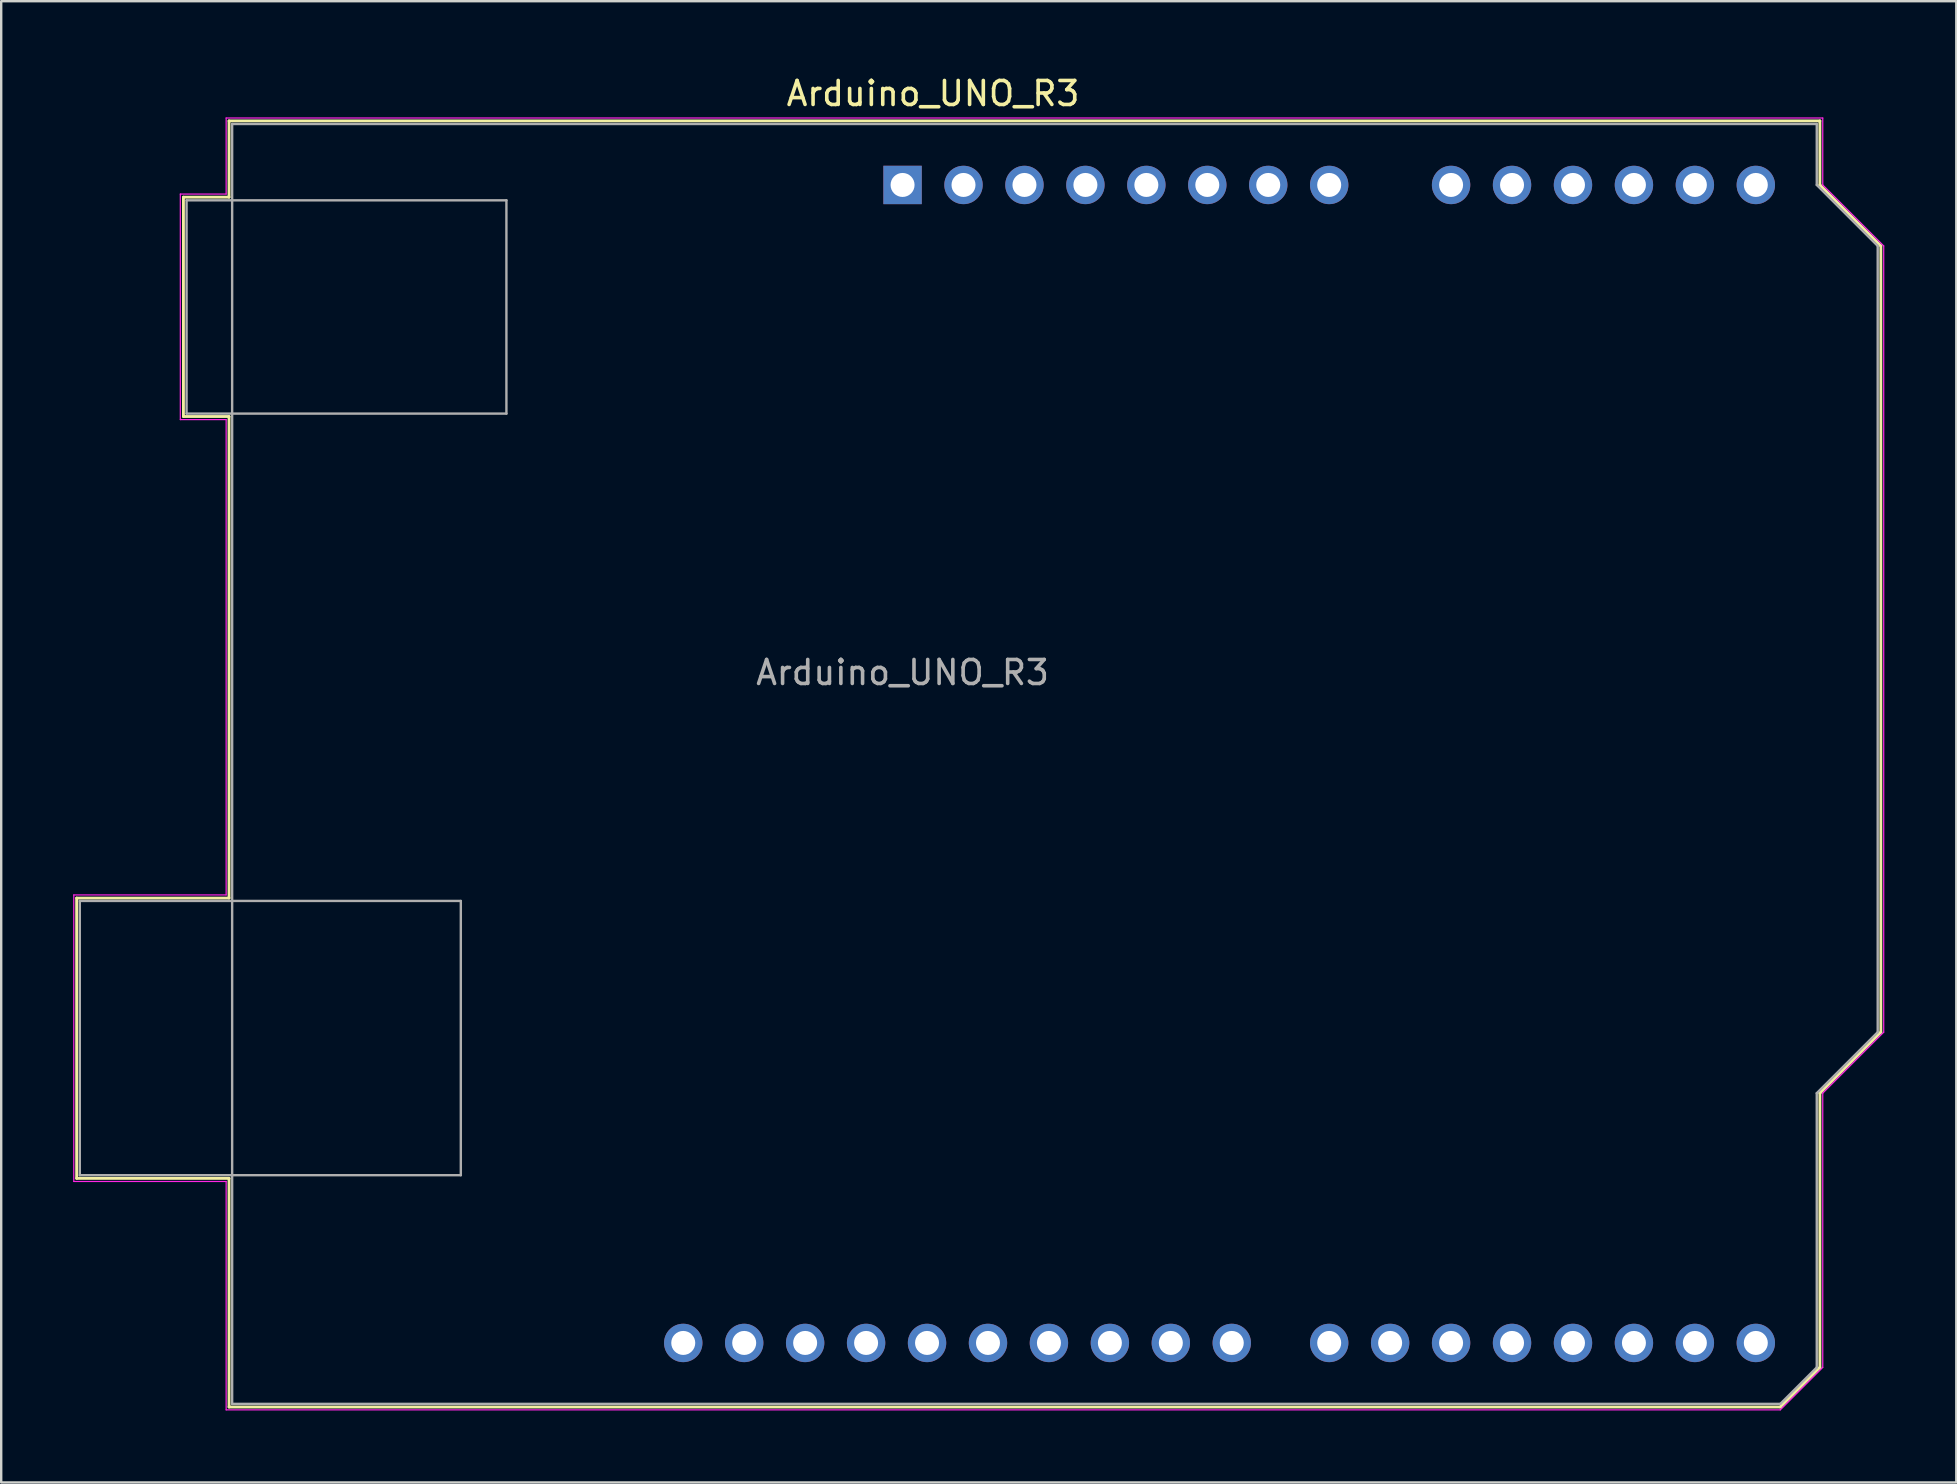
<source format=kicad_pcb>
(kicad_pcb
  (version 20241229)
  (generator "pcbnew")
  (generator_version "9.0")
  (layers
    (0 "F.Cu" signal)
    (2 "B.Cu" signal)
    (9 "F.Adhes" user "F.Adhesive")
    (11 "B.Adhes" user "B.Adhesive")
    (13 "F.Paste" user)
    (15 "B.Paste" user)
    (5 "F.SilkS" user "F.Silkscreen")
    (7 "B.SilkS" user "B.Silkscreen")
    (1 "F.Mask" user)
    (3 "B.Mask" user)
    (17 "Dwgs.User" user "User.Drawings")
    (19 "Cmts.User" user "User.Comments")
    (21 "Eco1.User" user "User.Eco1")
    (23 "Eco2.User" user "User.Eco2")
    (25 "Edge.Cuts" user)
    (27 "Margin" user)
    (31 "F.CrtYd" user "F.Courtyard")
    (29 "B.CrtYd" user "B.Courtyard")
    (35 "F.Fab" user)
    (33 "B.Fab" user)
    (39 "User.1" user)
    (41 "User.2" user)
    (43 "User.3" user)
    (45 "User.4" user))
  (footprint "Arduino_UNO_R3"
    (layer "F.Cu")
    (at 34.565 4.658)
    (property "Reference" "Arduino_UNO_R3" (at 1.27 -3.81 180) (layer "F.SilkS") (effects (font (size 1 1) (thickness 0.15))))
    (attr through_hole)
    (fp_line (start -34.42 29.72) (end -34.42 41.4) (stroke (width 0.12) (type solid)) (layer "F.SilkS"))
    (fp_line (start -34.42 41.4) (end -28.07 41.4) (stroke (width 0.12) (type solid)) (layer "F.SilkS"))
    (fp_line (start -29.97 0.51) (end -29.97 9.65) (stroke (width 0.12) (type solid)) (layer "F.SilkS"))
    (fp_line (start -29.97 9.65) (end -28.07 9.65) (stroke (width 0.12) (type solid)) (layer "F.SilkS"))
    (fp_line (start -28.07 -2.67) (end -28.07 0.51) (stroke (width 0.12) (type solid)) (layer "F.SilkS"))
    (fp_line (start -28.07 0.51) (end -29.97 0.51) (stroke (width 0.12) (type solid)) (layer "F.SilkS"))
    (fp_line (start -28.07 9.65) (end -28.07 29.72) (stroke (width 0.12) (type solid)) (layer "F.SilkS"))
    (fp_line (start -28.07 29.72) (end -34.42 29.72) (stroke (width 0.12) (type solid)) (layer "F.SilkS"))
    (fp_line (start -28.07 41.4) (end -28.07 50.93) (stroke (width 0.12) (type solid)) (layer "F.SilkS"))
    (fp_line (start -28.07 50.93) (end 36.58 50.93) (stroke (width 0.12) (type solid)) (layer "F.SilkS"))
    (fp_line (start 36.58 50.93) (end 38.23 49.28) (stroke (width 0.12) (type solid)) (layer "F.SilkS"))
    (fp_line (start 38.23 -2.67) (end -28.07 -2.67) (stroke (width 0.12) (type solid)) (layer "F.SilkS"))
    (fp_line (start 38.23 0) (end 38.23 -2.67) (stroke (width 0.12) (type solid)) (layer "F.SilkS"))
    (fp_line (start 38.23 37.85) (end 40.77 35.31) (stroke (width 0.12) (type solid)) (layer "F.SilkS"))
    (fp_line (start 38.23 49.28) (end 38.23 37.85) (stroke (width 0.12) (type solid)) (layer "F.SilkS"))
    (fp_line (start 40.77 2.54) (end 38.23 0) (stroke (width 0.12) (type solid)) (layer "F.SilkS"))
    (fp_line (start 40.77 35.31) (end 40.77 2.54) (stroke (width 0.12) (type solid)) (layer "F.SilkS"))
    (fp_line (start -34.54 29.59) (end -28.19 29.59) (stroke (width 0.05) (type solid)) (layer "F.CrtYd"))
    (fp_line (start -34.54 41.53) (end -34.54 29.59) (stroke (width 0.05) (type solid)) (layer "F.CrtYd"))
    (fp_line (start -30.1 0.38) (end -28.19 0.38) (stroke (width 0.05) (type solid)) (layer "F.CrtYd"))
    (fp_line (start -30.1 9.78) (end -30.1 0.38) (stroke (width 0.05) (type solid)) (layer "F.CrtYd"))
    (fp_line (start -28.19 -2.79) (end 38.35 -2.79) (stroke (width 0.05) (type solid)) (layer "F.CrtYd"))
    (fp_line (start -28.19 0.38) (end -28.19 -2.79) (stroke (width 0.05) (type solid)) (layer "F.CrtYd"))
    (fp_line (start -28.19 9.78) (end -30.1 9.78) (stroke (width 0.05) (type solid)) (layer "F.CrtYd"))
    (fp_line (start -28.19 29.59) (end -28.19 9.78) (stroke (width 0.05) (type solid)) (layer "F.CrtYd"))
    (fp_line (start -28.19 41.53) (end -34.54 41.53) (stroke (width 0.05) (type solid)) (layer "F.CrtYd"))
    (fp_line (start -28.19 51.05) (end -28.19 41.53) (stroke (width 0.05) (type solid)) (layer "F.CrtYd"))
    (fp_line (start 36.58 51.05) (end -28.19 51.05) (stroke (width 0.05) (type solid)) (layer "F.CrtYd"))
    (fp_line (start 38.35 -2.79) (end 38.35 0) (stroke (width 0.05) (type solid)) (layer "F.CrtYd"))
    (fp_line (start 38.35 0) (end 40.89 2.54) (stroke (width 0.05) (type solid)) (layer "F.CrtYd"))
    (fp_line (start 38.35 37.85) (end 38.35 49.28) (stroke (width 0.05) (type solid)) (layer "F.CrtYd"))
    (fp_line (start 38.35 49.28) (end 36.58 51.05) (stroke (width 0.05) (type solid)) (layer "F.CrtYd"))
    (fp_line (start 40.89 2.54) (end 40.89 35.31) (stroke (width 0.05) (type solid)) (layer "F.CrtYd"))
    (fp_line (start 40.89 35.31) (end 38.35 37.85) (stroke (width 0.05) (type solid)) (layer "F.CrtYd"))
    (fp_line (start -34.29 29.84) (end -18.41 29.84) (stroke (width 0.1) (type solid)) (layer "F.Fab"))
    (fp_line (start -34.29 41.27) (end -34.29 29.84) (stroke (width 0.1) (type solid)) (layer "F.Fab"))
    (fp_line (start -29.84 0.64) (end -16.51 0.64) (stroke (width 0.1) (type solid)) (layer "F.Fab"))
    (fp_line (start -29.84 9.53) (end -29.84 0.64) (stroke (width 0.1) (type solid)) (layer "F.Fab"))
    (fp_line (start -27.94 -2.54) (end 38.1 -2.54) (stroke (width 0.1) (type solid)) (layer "F.Fab"))
    (fp_line (start -27.94 50.8) (end -27.94 -2.54) (stroke (width 0.1) (type solid)) (layer "F.Fab"))
    (fp_line (start -18.41 29.84) (end -18.41 41.27) (stroke (width 0.1) (type solid)) (layer "F.Fab"))
    (fp_line (start -18.41 41.27) (end -34.29 41.27) (stroke (width 0.1) (type solid)) (layer "F.Fab"))
    (fp_line (start -16.51 0.64) (end -16.51 9.53) (stroke (width 0.1) (type solid)) (layer "F.Fab"))
    (fp_line (start -16.51 9.53) (end -29.84 9.53) (stroke (width 0.1) (type solid)) (layer "F.Fab"))
    (fp_line (start 36.58 50.8) (end -27.94 50.8) (stroke (width 0.1) (type solid)) (layer "F.Fab"))
    (fp_line (start 38.1 -2.54) (end 38.1 0) (stroke (width 0.1) (type solid)) (layer "F.Fab"))
    (fp_line (start 38.1 0) (end 40.64 2.54) (stroke (width 0.1) (type solid)) (layer "F.Fab"))
    (fp_line (start 38.1 37.85) (end 38.1 49.28) (stroke (width 0.1) (type solid)) (layer "F.Fab"))
    (fp_line (start 38.1 49.28) (end 36.58 50.8) (stroke (width 0.1) (type solid)) (layer "F.Fab"))
    (fp_line (start 40.64 2.54) (end 40.64 35.31) (stroke (width 0.1) (type solid)) (layer "F.Fab"))
    (fp_line (start 40.64 35.31) (end 38.1 37.85) (stroke (width 0.1) (type solid)) (layer "F.Fab"))
    (fp_text user "${REFERENCE}" (at 0 20.32 180) (layer "F.Fab") (effects (font (size 1 1) (thickness 0.15))))
    (pad "1" thru_hole rect (at 0 0 90) (size 1.6 1.6) (drill 1) (layers "*.Cu" "*.Mask"))
    (pad "2" thru_hole oval (at 2.54 0 90) (size 1.6 1.6) (drill 1) (layers "*.Cu" "*.Mask"))
    (pad "3" thru_hole oval (at 5.08 0 90) (size 1.6 1.6) (drill 1) (layers "*.Cu" "*.Mask"))
    (pad "4" thru_hole oval (at 7.62 0 90) (size 1.6 1.6) (drill 1) (layers "*.Cu" "*.Mask"))
    (pad "5" thru_hole oval (at 10.16 0 90) (size 1.6 1.6) (drill 1) (layers "*.Cu" "*.Mask"))
    (pad "6" thru_hole oval (at 12.7 0 90) (size 1.6 1.6) (drill 1) (layers "*.Cu" "*.Mask"))
    (pad "7" thru_hole oval (at 15.24 0 90) (size 1.6 1.6) (drill 1) (layers "*.Cu" "*.Mask"))
    (pad "8" thru_hole oval (at 17.78 0 90) (size 1.6 1.6) (drill 1) (layers "*.Cu" "*.Mask"))
    (pad "9" thru_hole oval (at 22.86 0 90) (size 1.6 1.6) (drill 1) (layers "*.Cu" "*.Mask"))
    (pad "10" thru_hole oval (at 25.4 0 90) (size 1.6 1.6) (drill 1) (layers "*.Cu" "*.Mask"))
    (pad "11" thru_hole oval (at 27.94 0 90) (size 1.6 1.6) (drill 1) (layers "*.Cu" "*.Mask"))
    (pad "12" thru_hole oval (at 30.48 0 90) (size 1.6 1.6) (drill 1) (layers "*.Cu" "*.Mask"))
    (pad "13" thru_hole oval (at 33.02 0 90) (size 1.6 1.6) (drill 1) (layers "*.Cu" "*.Mask"))
    (pad "14" thru_hole oval (at 35.56 0 90) (size 1.6 1.6) (drill 1) (layers "*.Cu" "*.Mask"))
    (pad "15" thru_hole oval (at 35.56 48.26 90) (size 1.6 1.6) (drill 1) (layers "*.Cu" "*.Mask"))
    (pad "16" thru_hole oval (at 33.02 48.26 90) (size 1.6 1.6) (drill 1) (layers "*.Cu" "*.Mask"))
    (pad "17" thru_hole oval (at 30.48 48.26 90) (size 1.6 1.6) (drill 1) (layers "*.Cu" "*.Mask"))
    (pad "18" thru_hole oval (at 27.94 48.26 90) (size 1.6 1.6) (drill 1) (layers "*.Cu" "*.Mask"))
    (pad "19" thru_hole oval (at 25.4 48.26 90) (size 1.6 1.6) (drill 1) (layers "*.Cu" "*.Mask"))
    (pad "20" thru_hole oval (at 22.86 48.26 90) (size 1.6 1.6) (drill 1) (layers "*.Cu" "*.Mask"))
    (pad "21" thru_hole oval (at 20.32 48.26 90) (size 1.6 1.6) (drill 1) (layers "*.Cu" "*.Mask"))
    (pad "22" thru_hole oval (at 17.78 48.26 90) (size 1.6 1.6) (drill 1) (layers "*.Cu" "*.Mask"))
    (pad "23" thru_hole oval (at 13.72 48.26 90) (size 1.6 1.6) (drill 1) (layers "*.Cu" "*.Mask"))
    (pad "24" thru_hole oval (at 11.18 48.26 90) (size 1.6 1.6) (drill 1) (layers "*.Cu" "*.Mask"))
    (pad "25" thru_hole oval (at 8.64 48.26 90) (size 1.6 1.6) (drill 1) (layers "*.Cu" "*.Mask"))
    (pad "26" thru_hole oval (at 6.1 48.26 90) (size 1.6 1.6) (drill 1) (layers "*.Cu" "*.Mask"))
    (pad "27" thru_hole oval (at 3.56 48.26 90) (size 1.6 1.6) (drill 1) (layers "*.Cu" "*.Mask"))
    (pad "28" thru_hole oval (at 1.02 48.26 90) (size 1.6 1.6) (drill 1) (layers "*.Cu" "*.Mask"))
    (pad "29" thru_hole oval (at -1.52 48.26 90) (size 1.6 1.6) (drill 1) (layers "*.Cu" "*.Mask"))
    (pad "30" thru_hole oval (at -4.06 48.26 90) (size 1.6 1.6) (drill 1) (layers "*.Cu" "*.Mask"))
    (pad "31" thru_hole oval (at -6.6 48.26 90) (size 1.6 1.6) (drill 1) (layers "*.Cu" "*.Mask"))
    (pad "32" thru_hole oval (at -9.14 48.26 90) (size 1.6 1.6) (drill 1) (layers "*.Cu" "*.Mask")))
  (gr_rect
    (start -3 -3)
    (end 78.48 58.733)
    (stroke (width 0.1) (type default))
    (fill no)
    (layer "Edge.Cuts")))
</source>
